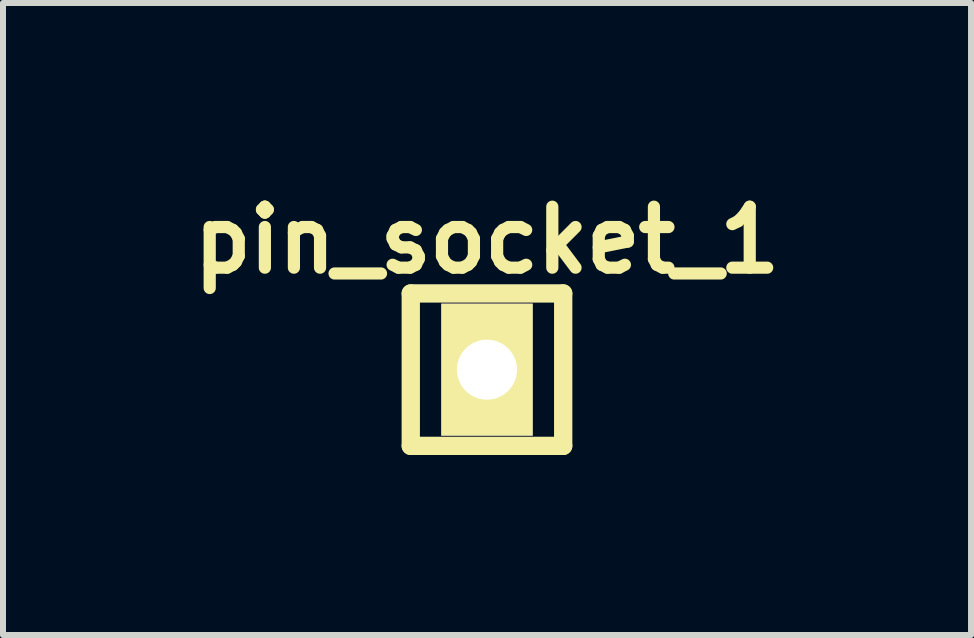
<source format=kicad_pcb>
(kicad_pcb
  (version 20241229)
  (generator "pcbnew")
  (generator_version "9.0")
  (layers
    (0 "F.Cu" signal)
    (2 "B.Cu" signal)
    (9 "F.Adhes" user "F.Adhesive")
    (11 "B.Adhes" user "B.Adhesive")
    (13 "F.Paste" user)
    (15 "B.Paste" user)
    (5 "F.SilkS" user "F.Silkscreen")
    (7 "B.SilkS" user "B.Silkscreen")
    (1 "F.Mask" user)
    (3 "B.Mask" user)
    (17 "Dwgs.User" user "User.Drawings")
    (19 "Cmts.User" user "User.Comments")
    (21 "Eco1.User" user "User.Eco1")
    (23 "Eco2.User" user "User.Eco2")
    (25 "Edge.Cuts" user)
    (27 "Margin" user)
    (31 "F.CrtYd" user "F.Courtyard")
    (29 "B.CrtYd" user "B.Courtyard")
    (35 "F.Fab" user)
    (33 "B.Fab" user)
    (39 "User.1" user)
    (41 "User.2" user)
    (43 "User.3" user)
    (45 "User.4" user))
  (footprint "pin_socket_1"
    (layer "F.Cu")
    (at 5.065 3.11)
    (property "Reference" "pin_socket_1" (at 0 -2.159 0) (layer "F.SilkS") (effects (font (size 1.016 1.016) (thickness 0.203))))
    (attr through_hole)
    (fp_line (start -1.27 -1.27) (end 1.27 -1.27) (stroke (width 0.305) (type solid)) (layer "F.SilkS"))
    (fp_line (start -1.27 1.27) (end -1.27 -1.27) (stroke (width 0.305) (type solid)) (layer "F.SilkS"))
    (fp_line (start 1.27 -1.27) (end 1.27 1.27) (stroke (width 0.305) (type solid)) (layer "F.SilkS"))
    (fp_line (start 1.27 1.27) (end -1.27 1.27) (stroke (width 0.305) (type solid)) (layer "F.SilkS"))
    (pad "1" thru_hole rect (at 0 0) (size 1.524 2.2) (drill 1.001) (layers "*.Cu" "*.Mask" "F.SilkS")))
  (gr_rect
    (start -3 -3)
    (end 13.131 7.532)
    (stroke (width 0.1) (type default))
    (fill no)
    (layer "Edge.Cuts")))
</source>
